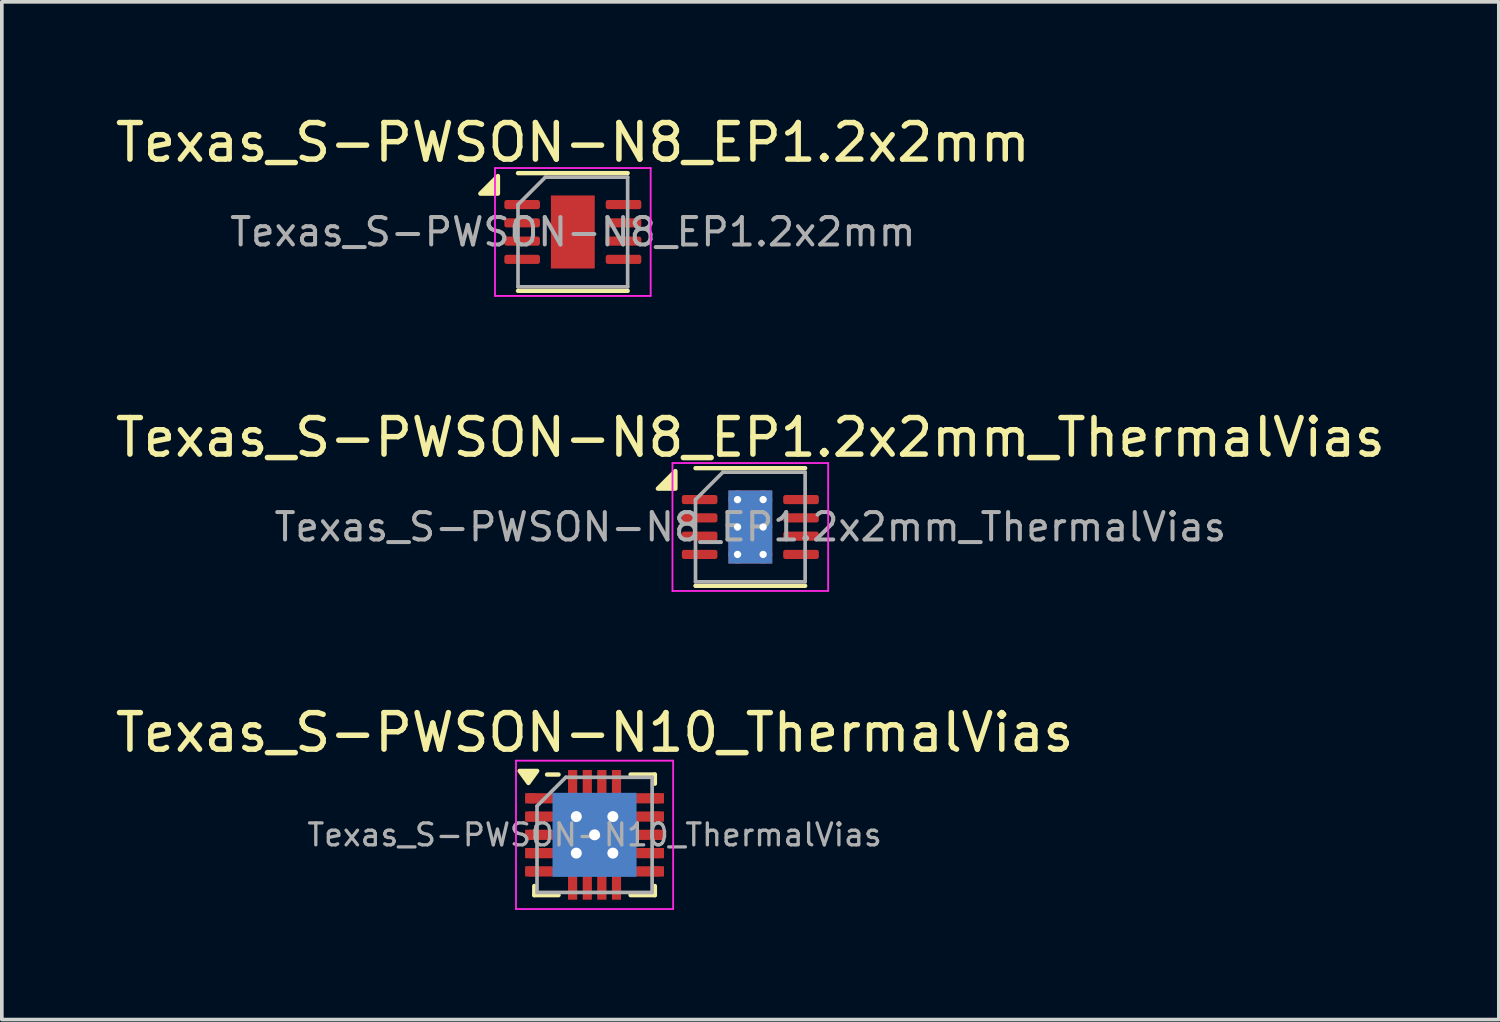
<source format=kicad_pcb>
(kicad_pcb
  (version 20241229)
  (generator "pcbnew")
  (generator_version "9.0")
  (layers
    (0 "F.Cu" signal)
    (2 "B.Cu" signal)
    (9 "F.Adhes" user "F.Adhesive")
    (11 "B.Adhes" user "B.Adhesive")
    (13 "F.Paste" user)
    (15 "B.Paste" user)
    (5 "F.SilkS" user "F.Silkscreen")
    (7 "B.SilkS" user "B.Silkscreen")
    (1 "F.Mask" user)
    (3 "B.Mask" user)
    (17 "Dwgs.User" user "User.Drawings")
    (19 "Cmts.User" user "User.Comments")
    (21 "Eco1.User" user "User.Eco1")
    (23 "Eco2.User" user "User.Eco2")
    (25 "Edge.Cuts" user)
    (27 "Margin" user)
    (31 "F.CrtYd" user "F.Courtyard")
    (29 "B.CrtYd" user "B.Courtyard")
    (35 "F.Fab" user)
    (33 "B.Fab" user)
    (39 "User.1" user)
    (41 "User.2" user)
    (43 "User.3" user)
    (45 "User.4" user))
  (footprint "Texas_S-PWSON-N10_ThermalVias"
    (layer "F.Cu")
    (at 13.22 19.795)
    (property "Reference" "Texas_S-PWSON-N10_ThermalVias" (at 0 -2.8 0) (layer "F.SilkS") (effects (font (size 1 1) (thickness 0.15))))
    (attr smd)
    (fp_line (start -1.65 1.65) (end -1.65 1.4) (stroke (width 0.12) (type solid)) (layer "F.SilkS"))
    (fp_line (start -1.65 1.65) (end -0.985 1.65) (stroke (width 0.12) (type solid)) (layer "F.SilkS"))
    (fp_line (start -1.3 -1.65) (end -0.985 -1.65) (stroke (width 0.12) (type solid)) (layer "F.SilkS"))
    (fp_line (start 0.985 -1.65) (end 1.65 -1.65) (stroke (width 0.12) (type solid)) (layer "F.SilkS"))
    (fp_line (start 0.985 1.65) (end 1.65 1.65) (stroke (width 0.12) (type solid)) (layer "F.SilkS"))
    (fp_line (start 1.65 -1.4) (end 1.65 -1.65) (stroke (width 0.12) (type solid)) (layer "F.SilkS"))
    (fp_line (start 1.65 1.4) (end 1.65 1.65) (stroke (width 0.12) (type solid)) (layer "F.SilkS"))
    (fp_poly (pts (xy -1.81 -1.42) (xy -2.05 -1.75) (xy -1.57 -1.75) (xy -1.81 -1.42)) (stroke (width 0.12) (type solid)) (fill yes) (layer "F.SilkS"))
    (fp_line (start -2.15 -2.03) (end -2.15 2.03) (stroke (width 0.05) (type solid)) (layer "F.CrtYd"))
    (fp_line (start -2.15 -2.03) (end 2.15 -2.03) (stroke (width 0.05) (type solid)) (layer "F.CrtYd"))
    (fp_line (start -2.15 2.03) (end 2.15 2.03) (stroke (width 0.05) (type solid)) (layer "F.CrtYd"))
    (fp_line (start 2.15 -2.03) (end 2.15 2.03) (stroke (width 0.05) (type solid)) (layer "F.CrtYd"))
    (fp_line (start -1.575 1.575) (end -1.575 -0.787) (stroke (width 0.1) (type solid)) (layer "F.Fab"))
    (fp_line (start -0.787 -1.575) (end -1.575 -0.787) (stroke (width 0.1) (type solid)) (layer "F.Fab"))
    (fp_line (start -0.787 -1.575) (end 1.575 -1.575) (stroke (width 0.1) (type solid)) (layer "F.Fab"))
    (fp_line (start 1.575 -1.575) (end 1.575 1.575) (stroke (width 0.1) (type solid)) (layer "F.Fab"))
    (fp_line (start 1.575 1.575) (end -1.575 1.575) (stroke (width 0.1) (type solid)) (layer "F.Fab"))
    (fp_text user "${REFERENCE}" (at 0 0 0) (layer "F.Fab") (effects (font (size 0.6 0.6) (thickness 0.09))))
    (pad "1" smd rect (at -1.76 -1) (size 0.28 0.28) (layers "F.Cu" "F.Mask" "F.Paste"))
    (pad "1" smd oval (at -1.475 -1) (size 0.85 0.28) (layers "F.Cu" "F.Mask" "F.Paste"))
    (pad "2" smd rect (at -1.76 -0.5) (size 0.28 0.28) (layers "F.Cu" "F.Mask" "F.Paste"))
    (pad "2" smd oval (at -1.475 -0.5) (size 0.85 0.28) (layers "F.Cu" "F.Mask" "F.Paste"))
    (pad "3" smd rect (at -1.76 0) (size 0.28 0.28) (layers "F.Cu" "F.Mask" "F.Paste"))
    (pad "3" smd oval (at -1.475 0) (size 0.85 0.28) (layers "F.Cu" "F.Mask" "F.Paste"))
    (pad "4" smd rect (at -1.76 0.5) (size 0.28 0.28) (layers "F.Cu" "F.Mask" "F.Paste"))
    (pad "4" smd oval (at -1.475 0.5) (size 0.85 0.28) (layers "F.Cu" "F.Mask" "F.Paste"))
    (pad "5" smd rect (at -1.76 1) (size 0.28 0.28) (layers "F.Cu" "F.Mask" "F.Paste"))
    (pad "5" smd oval (at -1.475 1) (size 0.85 0.28) (layers "F.Cu" "F.Mask" "F.Paste"))
    (pad "6" smd oval (at 1.475 1) (size 0.85 0.28) (layers "F.Cu" "F.Mask" "F.Paste"))
    (pad "6" smd rect (at 1.76 1) (size 0.28 0.28) (layers "F.Cu" "F.Mask" "F.Paste"))
    (pad "7" smd oval (at 1.475 0.5) (size 0.85 0.28) (layers "F.Cu" "F.Mask" "F.Paste"))
    (pad "7" smd rect (at 1.76 0.5) (size 0.28 0.28) (layers "F.Cu" "F.Mask" "F.Paste"))
    (pad "8" smd oval (at 1.475 0) (size 0.85 0.28) (layers "F.Cu" "F.Mask" "F.Paste"))
    (pad "8" smd rect (at 1.76 0) (size 0.28 0.28) (layers "F.Cu" "F.Mask" "F.Paste"))
    (pad "9" smd oval (at 1.475 -0.5) (size 0.85 0.28) (layers "F.Cu" "F.Mask" "F.Paste"))
    (pad "9" smd rect (at 1.76 -0.5) (size 0.28 0.28) (layers "F.Cu" "F.Mask" "F.Paste"))
    (pad "10" smd oval (at 1.475 -1) (size 0.85 0.28) (layers "F.Cu" "F.Mask" "F.Paste"))
    (pad "10" smd rect (at 1.76 -1) (size 0.28 0.28) (layers "F.Cu" "F.Mask" "F.Paste"))
    (pad "11" smd rect (at -0.6 -1.425) (size 0.23 0.6) (layers "F.Cu" "F.Mask" "F.Paste"))
    (pad "11" smd rect (at -0.6 -1.425) (size 0.25 0.7) (layers "F.Cu" "F.Mask" "F.Paste"))
    (pad "11" smd rect (at -0.6 1.425) (size 0.23 0.6) (layers "F.Cu" "F.Mask" "F.Paste"))
    (pad "11" smd rect (at -0.6 1.425) (size 0.25 0.7) (layers "F.Cu" "F.Mask" "F.Paste"))
    (pad "11" thru_hole circle (at -0.5 -0.5) (size 0.6 0.6) (drill 0.3) (layers "*.Cu" "*.Mask"))
    (pad "11" thru_hole circle (at -0.5 0.5) (size 0.6 0.6) (drill 0.3) (layers "*.Cu" "*.Mask"))
    (pad "11" smd rect (at -0.435 -0.56) (size 0.65 0.9) (layers "F.Cu" "F.Mask" "F.Paste"))
    (pad "11" smd rect (at -0.435 0.56) (size 0.65 0.9) (layers "F.Cu" "F.Mask" "F.Paste"))
    (pad "11" smd rect (at -0.2 -1.425) (size 0.23 0.6) (layers "F.Cu" "F.Mask" "F.Paste"))
    (pad "11" smd rect (at -0.2 -1.425) (size 0.25 0.7) (layers "F.Cu" "F.Mask" "F.Paste"))
    (pad "11" smd rect (at -0.2 1.425) (size 0.23 0.6) (layers "F.Cu" "F.Mask" "F.Paste"))
    (pad "11" smd rect (at -0.2 1.425) (size 0.25 0.7) (layers "F.Cu" "F.Mask" "F.Paste"))
    (pad "11" smd rect (at -0.001 0) (size 2.3 2.3) (layers "B.Cu"))
    (pad "11" thru_hole circle (at 0 0) (size 0.6 0.6) (drill 0.3) (layers "*.Cu" "*.Mask"))
    (pad "11" smd rect (at 0 0) (size 1.7 2.15) (layers "F.Cu" "F.Mask"))
    (pad "11" smd rect (at 0.2 -1.425) (size 0.23 0.6) (layers "F.Cu" "F.Mask" "F.Paste"))
    (pad "11" smd rect (at 0.2 -1.425) (size 0.25 0.7) (layers "F.Cu" "F.Mask" "F.Paste"))
    (pad "11" smd rect (at 0.2 1.425) (size 0.23 0.6) (layers "F.Cu" "F.Mask" "F.Paste"))
    (pad "11" smd rect (at 0.2 1.425) (size 0.25 0.7) (layers "F.Cu" "F.Mask" "F.Paste"))
    (pad "11" smd rect (at 0.435 -0.56) (size 0.65 0.9) (layers "F.Cu" "F.Mask" "F.Paste"))
    (pad "11" smd rect (at 0.435 0.56) (size 0.65 0.9) (layers "F.Cu" "F.Mask" "F.Paste"))
    (pad "11" thru_hole circle (at 0.5 -0.5) (size 0.6 0.6) (drill 0.3) (layers "*.Cu" "*.Mask"))
    (pad "11" thru_hole circle (at 0.5 0.5) (size 0.6 0.6) (drill 0.3) (layers "*.Cu" "*.Mask"))
    (pad "11" smd rect (at 0.6 -1.425) (size 0.23 0.6) (layers "F.Cu" "F.Mask" "F.Paste"))
    (pad "11" smd rect (at 0.6 -1.425) (size 0.25 0.7) (layers "F.Cu" "F.Mask" "F.Paste"))
    (pad "11" smd rect (at 0.6 1.425) (size 0.23 0.6) (layers "F.Cu" "F.Mask" "F.Paste"))
    (pad "11" smd rect (at 0.6 1.425) (size 0.25 0.7) (layers "F.Cu" "F.Mask" "F.Paste")))
  (footprint "Texas_S-PWSON-N8_EP1.2x2mm"
    (layer "F.Cu")
    (at 12.625 3.298)
    (property "Reference" "Texas_S-PWSON-N8_EP1.2x2mm" (at 0 -2.45 0) (layer "F.SilkS") (effects (font (size 1 1) (thickness 0.15))))
    (attr smd)
    (fp_line (start -1.5 -1.61) (end 1.5 -1.61) (stroke (width 0.12) (type solid)) (layer "F.SilkS"))
    (fp_line (start -1.5 1.61) (end 1.5 1.61) (stroke (width 0.12) (type solid)) (layer "F.SilkS"))
    (fp_poly (pts (xy -2.05 -1.05) (xy -2.53 -1.05) (xy -2.05 -1.53) (xy -2.05 -1.05)) (stroke (width 0.12) (type solid)) (fill yes) (layer "F.SilkS"))
    (fp_line (start -2.13 -1.75) (end -2.13 1.75) (stroke (width 0.05) (type solid)) (layer "F.CrtYd"))
    (fp_line (start -2.13 1.75) (end 2.13 1.75) (stroke (width 0.05) (type solid)) (layer "F.CrtYd"))
    (fp_line (start 2.13 -1.75) (end -2.13 -1.75) (stroke (width 0.05) (type solid)) (layer "F.CrtYd"))
    (fp_line (start 2.13 1.75) (end 2.13 -1.75) (stroke (width 0.05) (type solid)) (layer "F.CrtYd"))
    (fp_line (start -1.5 -0.75) (end -0.75 -1.5) (stroke (width 0.1) (type solid)) (layer "F.Fab"))
    (fp_line (start -1.5 1.5) (end -1.5 -0.75) (stroke (width 0.1) (type solid)) (layer "F.Fab"))
    (fp_line (start -0.75 -1.5) (end 1.5 -1.5) (stroke (width 0.1) (type solid)) (layer "F.Fab"))
    (fp_line (start 1.5 -1.5) (end 1.5 1.5) (stroke (width 0.1) (type solid)) (layer "F.Fab"))
    (fp_line (start 1.5 1.5) (end -1.5 1.5) (stroke (width 0.1) (type solid)) (layer "F.Fab"))
    (fp_text user "${REFERENCE}" (at 0 0 0) (layer "F.Fab") (effects (font (size 0.75 0.75) (thickness 0.11))))
    (pad "" smd roundrect (at 0 -0.5) (size 0.97 0.81) (layers "F.Paste") (roundrect_rratio 0.25))
    (pad "" smd roundrect (at 0 0.5) (size 0.97 0.81) (layers "F.Paste") (roundrect_rratio 0.25))
    (pad "1" smd roundrect (at -1.387 -0.75) (size 0.975 0.25) (layers "F.Cu" "F.Mask" "F.Paste") (roundrect_rratio 0.25))
    (pad "2" smd roundrect (at -1.387 -0.25) (size 0.975 0.25) (layers "F.Cu" "F.Mask" "F.Paste") (roundrect_rratio 0.25))
    (pad "3" smd roundrect (at -1.387 0.25) (size 0.975 0.25) (layers "F.Cu" "F.Mask" "F.Paste") (roundrect_rratio 0.25))
    (pad "4" smd roundrect (at -1.387 0.75) (size 0.975 0.25) (layers "F.Cu" "F.Mask" "F.Paste") (roundrect_rratio 0.25))
    (pad "5" smd roundrect (at 1.387 0.75) (size 0.975 0.25) (layers "F.Cu" "F.Mask" "F.Paste") (roundrect_rratio 0.25))
    (pad "6" smd roundrect (at 1.387 0.25) (size 0.975 0.25) (layers "F.Cu" "F.Mask" "F.Paste") (roundrect_rratio 0.25))
    (pad "7" smd roundrect (at 1.387 -0.25) (size 0.975 0.25) (layers "F.Cu" "F.Mask" "F.Paste") (roundrect_rratio 0.25))
    (pad "8" smd roundrect (at 1.387 -0.75) (size 0.975 0.25) (layers "F.Cu" "F.Mask" "F.Paste") (roundrect_rratio 0.25))
    (pad "9" smd rect (at 0 0) (size 1.2 2) (property pad_prop_heatsink) (layers "F.Cu" "F.Mask")))
  (footprint "Texas_S-PWSON-N8_EP1.2x2mm_ThermalVias"
    (layer "F.Cu")
    (at 17.482 11.371)
    (property "Reference" "Texas_S-PWSON-N8_EP1.2x2mm_ThermalVias" (at 0 -2.45 0) (layer "F.SilkS") (effects (font (size 1 1) (thickness 0.15))))
    (attr smd)
    (fp_line (start -1.5 -1.61) (end 1.5 -1.61) (stroke (width 0.12) (type solid)) (layer "F.SilkS"))
    (fp_line (start -1.5 1.61) (end 1.5 1.61) (stroke (width 0.12) (type solid)) (layer "F.SilkS"))
    (fp_poly (pts (xy -2.05 -1.05) (xy -2.53 -1.05) (xy -2.05 -1.53) (xy -2.05 -1.05)) (stroke (width 0.12) (type solid)) (fill yes) (layer "F.SilkS"))
    (fp_line (start -2.13 -1.75) (end -2.13 1.75) (stroke (width 0.05) (type solid)) (layer "F.CrtYd"))
    (fp_line (start -2.13 1.75) (end 2.13 1.75) (stroke (width 0.05) (type solid)) (layer "F.CrtYd"))
    (fp_line (start 2.13 -1.75) (end -2.13 -1.75) (stroke (width 0.05) (type solid)) (layer "F.CrtYd"))
    (fp_line (start 2.13 1.75) (end 2.13 -1.75) (stroke (width 0.05) (type solid)) (layer "F.CrtYd"))
    (fp_line (start -1.5 -0.75) (end -0.75 -1.5) (stroke (width 0.1) (type solid)) (layer "F.Fab"))
    (fp_line (start -1.5 1.5) (end -1.5 -0.75) (stroke (width 0.1) (type solid)) (layer "F.Fab"))
    (fp_line (start -0.75 -1.5) (end 1.5 -1.5) (stroke (width 0.1) (type solid)) (layer "F.Fab"))
    (fp_line (start 1.5 -1.5) (end 1.5 1.5) (stroke (width 0.1) (type solid)) (layer "F.Fab"))
    (fp_line (start 1.5 1.5) (end -1.5 1.5) (stroke (width 0.1) (type solid)) (layer "F.Fab"))
    (fp_text user "${REFERENCE}" (at 0 0 0) (layer "F.Fab") (effects (font (size 0.75 0.75) (thickness 0.11))))
    (pad "" smd roundrect (at 0 -0.5) (size 1.04 0.87) (layers "F.Paste") (roundrect_rratio 0.25))
    (pad "" smd roundrect (at 0 0.5) (size 1.04 0.87) (layers "F.Paste") (roundrect_rratio 0.25))
    (pad "1" smd roundrect (at -1.387 -0.75) (size 0.975 0.25) (layers "F.Cu" "F.Mask" "F.Paste") (roundrect_rratio 0.25))
    (pad "2" smd roundrect (at -1.387 -0.25) (size 0.975 0.25) (layers "F.Cu" "F.Mask" "F.Paste") (roundrect_rratio 0.25))
    (pad "3" smd roundrect (at -1.387 0.25) (size 0.975 0.25) (layers "F.Cu" "F.Mask" "F.Paste") (roundrect_rratio 0.25))
    (pad "4" smd roundrect (at -1.387 0.75) (size 0.975 0.25) (layers "F.Cu" "F.Mask" "F.Paste") (roundrect_rratio 0.25))
    (pad "5" smd roundrect (at 1.387 0.75) (size 0.975 0.25) (layers "F.Cu" "F.Mask" "F.Paste") (roundrect_rratio 0.25))
    (pad "6" smd roundrect (at 1.387 0.25) (size 0.975 0.25) (layers "F.Cu" "F.Mask" "F.Paste") (roundrect_rratio 0.25))
    (pad "7" smd roundrect (at 1.387 -0.25) (size 0.975 0.25) (layers "F.Cu" "F.Mask" "F.Paste") (roundrect_rratio 0.25))
    (pad "8" smd roundrect (at 1.387 -0.75) (size 0.975 0.25) (layers "F.Cu" "F.Mask" "F.Paste") (roundrect_rratio 0.25))
    (pad "9" thru_hole circle (at -0.35 -0.75) (size 0.5 0.5) (drill 0.2) (property pad_prop_heatsink) (layers "*.Cu"))
    (pad "9" thru_hole circle (at -0.35 0) (size 0.5 0.5) (drill 0.2) (property pad_prop_heatsink) (layers "*.Cu"))
    (pad "9" thru_hole circle (at -0.35 0.75) (size 0.5 0.5) (drill 0.2) (property pad_prop_heatsink) (layers "*.Cu"))
    (pad "9" smd rect (at 0 0) (size 1.2 2) (property pad_prop_heatsink) (layers "F.Cu" "F.Mask"))
    (pad "9" smd rect (at 0 0) (size 1.2 2) (property pad_prop_heatsink) (layers "B.Cu"))
    (pad "9" thru_hole circle (at 0.35 -0.75) (size 0.5 0.5) (drill 0.2) (property pad_prop_heatsink) (layers "*.Cu"))
    (pad "9" thru_hole circle (at 0.35 0) (size 0.5 0.5) (drill 0.2) (property pad_prop_heatsink) (layers "*.Cu"))
    (pad "9" thru_hole circle (at 0.35 0.75) (size 0.5 0.5) (drill 0.2) (property pad_prop_heatsink) (layers "*.Cu")))
  (gr_rect
    (start -3 -3)
    (end 37.964 24.85)
    (stroke (width 0.1) (type default))
    (fill no)
    (layer "Edge.Cuts")))
</source>
